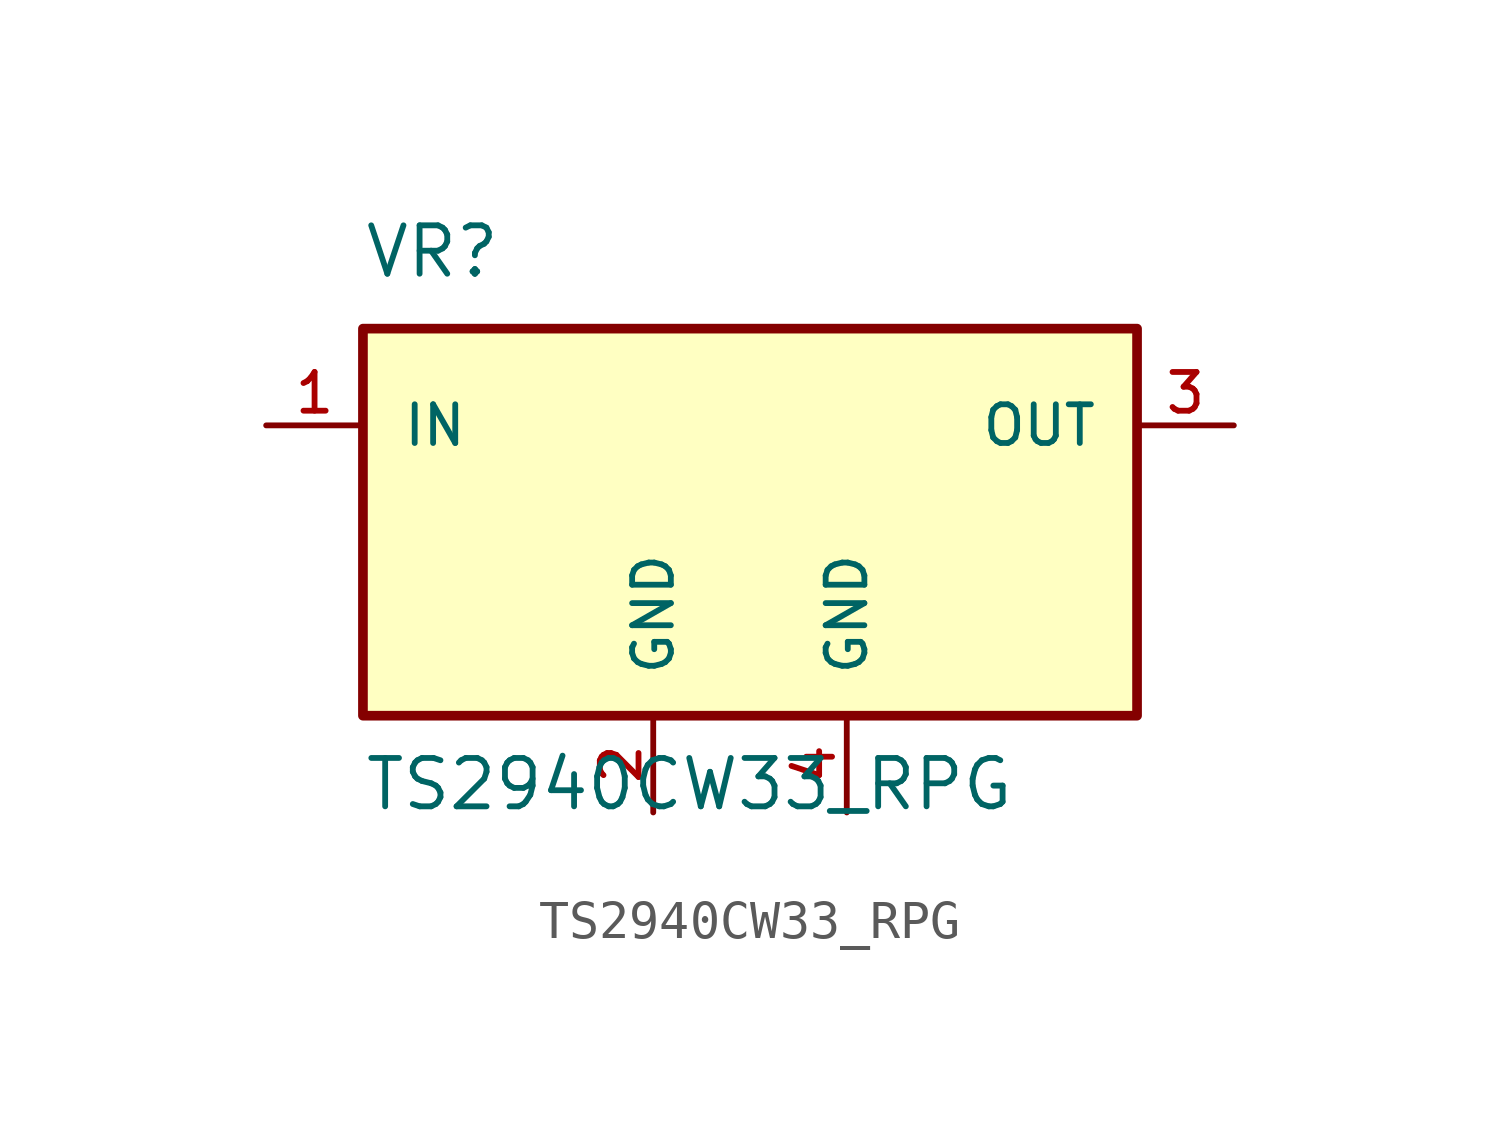
<source format=kicad_sym>
(kicad_symbol_lib
  (version 20241209)
  (generator "kicad_symbol_editor")
  (generator_version "9.0")
  (symbol "TS2940CW33_RPG"
    (pin_names
      (offset 1.016))
    (property "Reference" "VR"
      (at -10.164 6.358 0)
      (effects (font (size 1.27 1.27)) (justify left bottom)))
    (property "Value" "TS2940CW33_RPG"
      (at -10.161 -7.623 0)
      (effects (font (size 1.27 1.27)) (justify left bottom)))
    (symbol "TS2940CW33_RPG_0_0"
      (rectangle (start -10.16 -5.08) (end 10.16 5.08) (stroke (width 0.254) (type default)) (fill (type background))))
    (symbol "TS2940CW33_RPG_1_0"
      (pin power_in line (at -12.7 2.54 0) (length 2.54) (name "IN" (effects (font (size 1.016 1.016)))) (number "1" (effects (font (size 1.016 1.016)))))
      (pin passive line (at -2.54 -7.62 90) (length 2.54) (name "GND" (effects (font (size 1.016 1.016)))) (number "2" (effects (font (size 1.016 1.016)))))
      (pin power_in line (at 2.54 -7.62 90) (length 2.54) (name "GND" (effects (font (size 1.016 1.016)))) (number "4" (effects (font (size 1.016 1.016)))))
      (pin power_out line (at 12.7 2.54 180) (length 2.54) (name "OUT" (effects (font (size 1.016 1.016)))) (number "3" (effects (font (size 1.016 1.016))))))))
</source>
